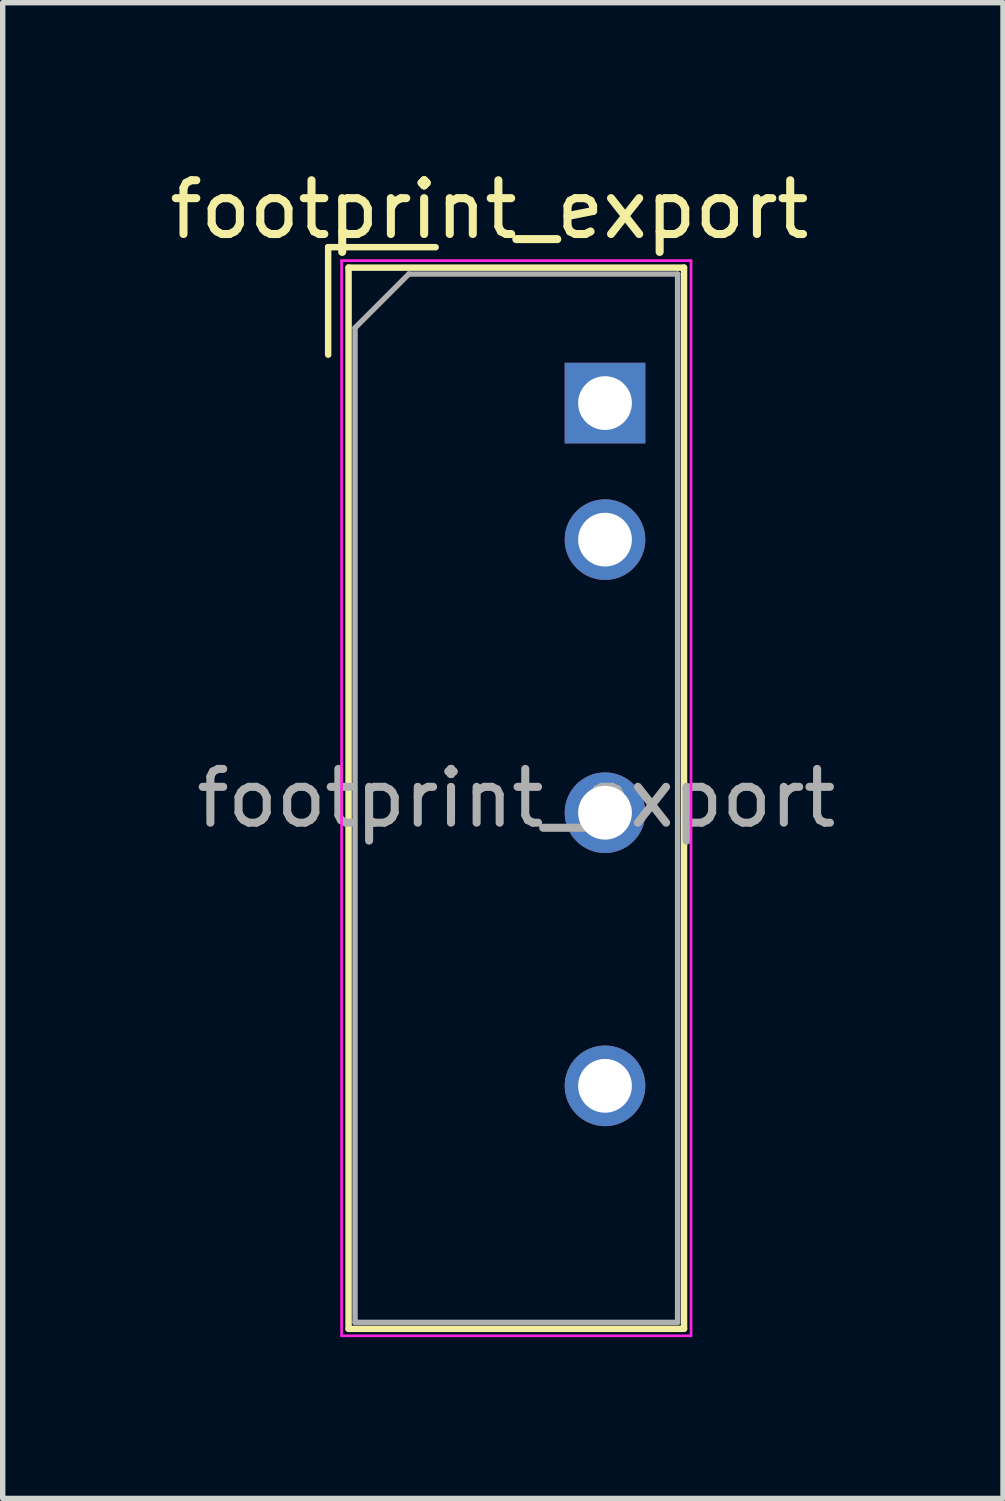
<source format=kicad_pcb>
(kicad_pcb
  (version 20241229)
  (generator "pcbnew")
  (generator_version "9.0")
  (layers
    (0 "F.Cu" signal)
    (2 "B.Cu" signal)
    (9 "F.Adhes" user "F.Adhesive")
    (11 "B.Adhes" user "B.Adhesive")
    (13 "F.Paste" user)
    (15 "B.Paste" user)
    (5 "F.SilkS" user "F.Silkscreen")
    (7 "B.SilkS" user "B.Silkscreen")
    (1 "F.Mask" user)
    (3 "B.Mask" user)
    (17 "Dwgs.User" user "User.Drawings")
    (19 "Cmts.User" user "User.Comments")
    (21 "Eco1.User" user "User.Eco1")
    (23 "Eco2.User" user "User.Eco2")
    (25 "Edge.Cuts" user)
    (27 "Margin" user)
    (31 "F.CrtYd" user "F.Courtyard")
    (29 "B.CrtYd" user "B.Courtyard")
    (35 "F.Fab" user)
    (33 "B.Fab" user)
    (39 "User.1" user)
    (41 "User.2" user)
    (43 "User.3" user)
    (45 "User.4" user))
  (footprint "footprint_export"
    (layer "F.Cu")
    (at 8.204 4.448)
    (property "Reference" "footprint_export" (at -2.15 -3.6 0) (layer "F.SilkS") (effects (font (size 1 1) (thickness 0.15))))
    (attr through_hole)
    (fp_line (start -5.15 -2.9) (end -3.15 -2.9) (stroke (width 0.12) (type solid)) (layer "F.SilkS"))
    (fp_line (start -5.15 -0.9) (end -5.15 -2.9) (stroke (width 0.12) (type solid)) (layer "F.SilkS"))
    (fp_line (start -4.77 -2.52) (end -4.77 17.22) (stroke (width 0.12) (type solid)) (layer "F.SilkS"))
    (fp_line (start -4.77 -2.52) (end 1.47 -2.52) (stroke (width 0.12) (type solid)) (layer "F.SilkS"))
    (fp_line (start -4.77 17.22) (end 1.47 17.22) (stroke (width 0.12) (type solid)) (layer "F.SilkS"))
    (fp_line (start 1.47 -2.52) (end 1.47 17.22) (stroke (width 0.12) (type solid)) (layer "F.SilkS"))
    (fp_line (start -4.9 -2.65) (end -4.9 17.35) (stroke (width 0.05) (type solid)) (layer "F.CrtYd"))
    (fp_line (start -4.9 -2.65) (end 1.6 -2.65) (stroke (width 0.05) (type solid)) (layer "F.CrtYd"))
    (fp_line (start -4.9 17.35) (end 1.6 17.35) (stroke (width 0.05) (type solid)) (layer "F.CrtYd"))
    (fp_line (start 1.6 -2.65) (end 1.6 17.35) (stroke (width 0.05) (type solid)) (layer "F.CrtYd"))
    (fp_line (start -4.65 -1.4) (end -3.65 -2.4) (stroke (width 0.1) (type solid)) (layer "F.Fab"))
    (fp_line (start -4.65 17.1) (end -4.65 -1.4) (stroke (width 0.1) (type solid)) (layer "F.Fab"))
    (fp_line (start -3.65 -2.4) (end 1.35 -2.4) (stroke (width 0.1) (type solid)) (layer "F.Fab"))
    (fp_line (start 1.35 -2.4) (end 1.35 17.1) (stroke (width 0.1) (type solid)) (layer "F.Fab"))
    (fp_line (start 1.35 17.1) (end -4.65 17.1) (stroke (width 0.1) (type solid)) (layer "F.Fab"))
    (fp_text user "${REFERENCE}" (at -1.65 7.35 0) (layer "F.Fab") (effects (font (size 1 1) (thickness 0.15))))
    (pad "1" thru_hole rect (at 0 0) (size 1.5 1.5) (drill 1) (layers "*.Cu" "*.Mask"))
    (pad "2" thru_hole circle (at 0 2.54) (size 1.5 1.5) (drill 1) (layers "*.Cu" "*.Mask"))
    (pad "4" thru_hole circle (at 0 7.62) (size 1.5 1.5) (drill 1) (layers "*.Cu" "*.Mask"))
    (pad "6" thru_hole circle (at 0 12.7) (size 1.5 1.5) (drill 1) (layers "*.Cu" "*.Mask")))
  (gr_rect
    (start -3 -3)
    (end 15.607 24.823)
    (stroke (width 0.1) (type default))
    (fill no)
    (layer "Edge.Cuts")))
</source>
